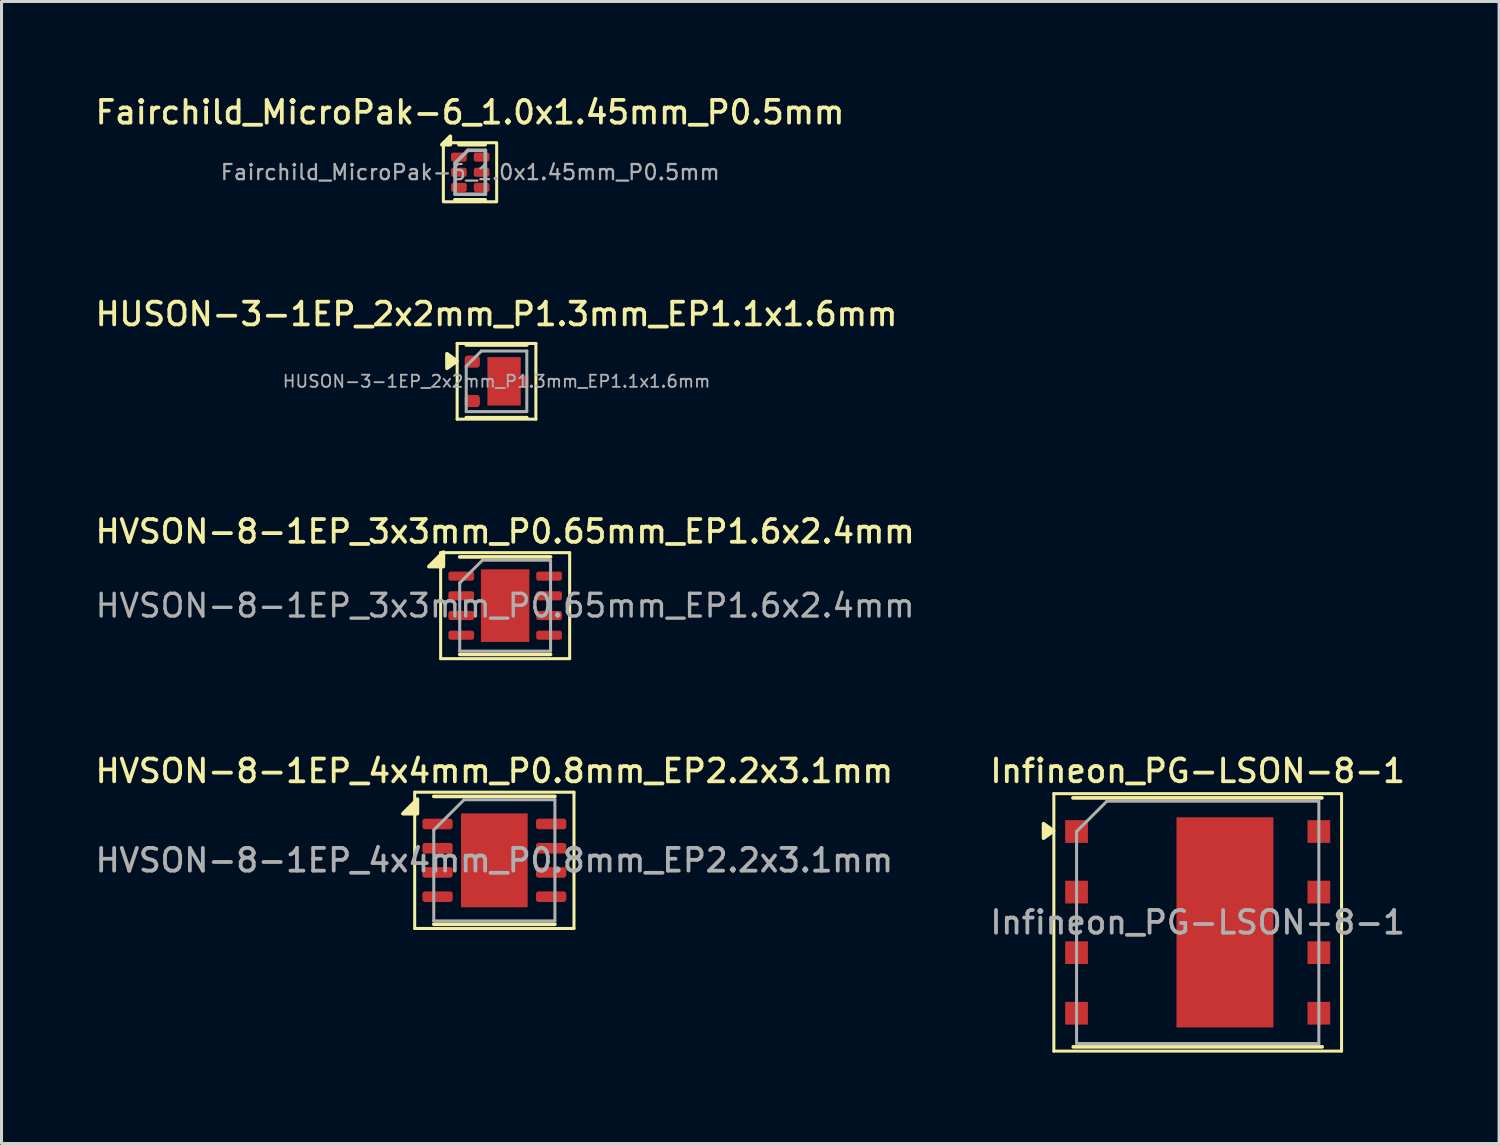
<source format=kicad_pcb>
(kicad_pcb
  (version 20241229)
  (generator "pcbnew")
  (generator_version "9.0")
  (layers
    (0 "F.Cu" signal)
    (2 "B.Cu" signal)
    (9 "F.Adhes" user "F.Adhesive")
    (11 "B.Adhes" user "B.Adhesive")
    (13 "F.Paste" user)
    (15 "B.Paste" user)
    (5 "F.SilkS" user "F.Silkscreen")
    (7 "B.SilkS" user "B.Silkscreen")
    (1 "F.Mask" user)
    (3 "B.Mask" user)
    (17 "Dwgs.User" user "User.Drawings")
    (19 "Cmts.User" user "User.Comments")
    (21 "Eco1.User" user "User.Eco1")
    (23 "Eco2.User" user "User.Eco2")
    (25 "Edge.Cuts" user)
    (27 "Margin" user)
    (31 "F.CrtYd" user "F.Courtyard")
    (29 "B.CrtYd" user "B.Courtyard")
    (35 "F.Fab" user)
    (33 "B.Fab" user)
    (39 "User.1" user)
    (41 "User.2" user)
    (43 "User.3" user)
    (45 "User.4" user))
  (footprint "Infineon_PG-LSON-8-1"
    (layer "F.Cu")
    (at 36.498 27.407)
    (property "Reference" "Infineon_PG-LSON-8-1" (at 0 -5 0) (layer "F.SilkS") (effects (font (size 0.75 0.75) (thickness 0.125))))
    (attr smd)
    (fp_line (start -4.75 -4.25) (end -4.75 4.25) (stroke (width 0.1) (type solid)) (layer "F.SilkS"))
    (fp_line (start -4.75 -4.25) (end 4.75 -4.25) (stroke (width 0.1) (type solid)) (layer "F.SilkS"))
    (fp_line (start -4.75 4.25) (end 4.75 4.25) (stroke (width 0.1) (type solid)) (layer "F.SilkS"))
    (fp_line (start -4.12 -4.11) (end 4.1 -4.11) (stroke (width 0.12) (type solid)) (layer "F.SilkS"))
    (fp_line (start -4.11 4.11) (end 4.11 4.11) (stroke (width 0.12) (type solid)) (layer "F.SilkS"))
    (fp_line (start 4.75 -4.25) (end 4.75 4.25) (stroke (width 0.1) (type solid)) (layer "F.SilkS"))
    (fp_poly (pts (xy -4.76 -3.02) (xy -5.09 -2.78) (xy -5.09 -3.26) (xy -4.76 -3.02)) (stroke (width 0.12) (type solid)) (fill yes) (layer "F.SilkS"))
    (fp_line (start -4 -3) (end -4 4) (stroke (width 0.1) (type solid)) (layer "F.Fab"))
    (fp_line (start -4 4) (end 4 4) (stroke (width 0.1) (type solid)) (layer "F.Fab"))
    (fp_line (start -3 -4) (end -4 -3) (stroke (width 0.1) (type solid)) (layer "F.Fab"))
    (fp_line (start -3 -4) (end 4 -4) (stroke (width 0.1) (type solid)) (layer "F.Fab"))
    (fp_line (start 4 -4) (end 4 4) (stroke (width 0.1) (type solid)) (layer "F.Fab"))
    (fp_text user "${REFERENCE}" (at 0 0 0) (layer "F.Fab") (effects (font (size 0.75 0.75) (thickness 0.125))))
    (pad "" smd rect (at 0.15 -2.55) (size 1.2 1.4) (layers "F.Paste"))
    (pad "" smd rect (at 0.15 -0.85) (size 1.2 1.4) (layers "F.Paste"))
    (pad "" smd rect (at 0.15 0.85) (size 1.2 1.4) (layers "F.Paste"))
    (pad "" smd rect (at 0.15 2.55) (size 1.2 1.4) (layers "F.Paste"))
    (pad "" smd rect (at 1.65 -2.55) (size 1.2 1.4) (layers "F.Paste"))
    (pad "" smd rect (at 1.65 -0.85) (size 1.2 1.4) (layers "F.Paste"))
    (pad "" smd rect (at 1.65 0.85) (size 1.2 1.4) (layers "F.Paste"))
    (pad "" smd rect (at 1.65 2.55) (size 1.2 1.4) (layers "F.Paste"))
    (pad "1" smd rect (at -4 -3) (size 0.75 0.75) (layers "F.Cu" "F.Mask" "F.Paste"))
    (pad "2" smd rect (at -4 -1) (size 0.75 0.75) (layers "F.Cu" "F.Mask" "F.Paste"))
    (pad "3" smd rect (at -4 1) (size 0.75 0.75) (layers "F.Cu" "F.Mask" "F.Paste"))
    (pad "4" smd rect (at -4 3) (size 0.75 0.75) (layers "F.Cu" "F.Mask" "F.Paste"))
    (pad "5" smd rect (at 4 3) (size 0.75 0.75) (layers "F.Cu" "F.Mask" "F.Paste"))
    (pad "6" smd rect (at 4 1) (size 0.75 0.75) (layers "F.Cu" "F.Mask" "F.Paste"))
    (pad "7" smd rect (at 4 -1) (size 0.75 0.75) (layers "F.Cu" "F.Mask" "F.Paste"))
    (pad "8" smd rect (at 4 -3) (size 0.75 0.75) (layers "F.Cu" "F.Mask" "F.Paste"))
    (pad "9" smd rect (at 0.9 0) (size 3.2 6.94) (layers "F.Cu" "F.Mask")))
  (footprint "HVSON-8-1EP_4x4mm_P0.8mm_EP2.2x3.1mm"
    (layer "F.Cu")
    (at 13.273 25.358)
    (property "Reference" "HVSON-8-1EP_4x4mm_P0.8mm_EP2.2x3.1mm" (at 0 -2.95 0) (layer "F.SilkS") (effects (font (size 0.75 0.75) (thickness 0.125))))
    (attr smd)
    (fp_line (start -2.63 -2.25) (end -2.63 2.25) (stroke (width 0.1) (type solid)) (layer "F.SilkS"))
    (fp_line (start -2.63 2.25) (end 2.63 2.25) (stroke (width 0.1) (type solid)) (layer "F.SilkS"))
    (fp_line (start -2 -2.11) (end 2 -2.11) (stroke (width 0.12) (type solid)) (layer "F.SilkS"))
    (fp_line (start -2 2.11) (end 2 2.11) (stroke (width 0.12) (type solid)) (layer "F.SilkS"))
    (fp_line (start 2.63 -2.25) (end -2.63 -2.25) (stroke (width 0.1) (type solid)) (layer "F.SilkS"))
    (fp_line (start 2.63 2.25) (end 2.63 -2.25) (stroke (width 0.1) (type solid)) (layer "F.SilkS"))
    (fp_poly (pts (xy -2.54 -1.54) (xy -3.02 -1.54) (xy -2.54 -2.02) (xy -2.54 -1.54)) (stroke (width 0.12) (type solid)) (fill yes) (layer "F.SilkS"))
    (fp_line (start -2 -1) (end -1 -2) (stroke (width 0.1) (type solid)) (layer "F.Fab"))
    (fp_line (start -2 2) (end -2 -1) (stroke (width 0.1) (type solid)) (layer "F.Fab"))
    (fp_line (start -1 -2) (end 2 -2) (stroke (width 0.1) (type solid)) (layer "F.Fab"))
    (fp_line (start 2 -2) (end 2 2) (stroke (width 0.1) (type solid)) (layer "F.Fab"))
    (fp_line (start 2 2) (end -2 2) (stroke (width 0.1) (type solid)) (layer "F.Fab"))
    (fp_text user "${REFERENCE}" (at 0 0 0) (layer "F.Fab") (effects (font (size 0.75 0.75) (thickness 0.125))))
    (pad "" smd roundrect (at -0.55 -0.775) (size 0.89 1.25) (layers "F.Paste") (roundrect_rratio 0.25))
    (pad "" smd roundrect (at -0.55 0.775) (size 0.89 1.25) (layers "F.Paste") (roundrect_rratio 0.25))
    (pad "" smd roundrect (at 0.55 -0.775) (size 0.89 1.25) (layers "F.Paste") (roundrect_rratio 0.25))
    (pad "" smd roundrect (at 0.55 0.775) (size 0.89 1.25) (layers "F.Paste") (roundrect_rratio 0.25))
    (pad "1" smd roundrect (at -1.875 -1.2) (size 1 0.35) (layers "F.Cu" "F.Mask" "F.Paste") (roundrect_rratio 0.25))
    (pad "2" smd roundrect (at -1.875 -0.4) (size 1 0.35) (layers "F.Cu" "F.Mask" "F.Paste") (roundrect_rratio 0.25))
    (pad "3" smd roundrect (at -1.875 0.4) (size 1 0.35) (layers "F.Cu" "F.Mask" "F.Paste") (roundrect_rratio 0.25))
    (pad "4" smd roundrect (at -1.875 1.2) (size 1 0.35) (layers "F.Cu" "F.Mask" "F.Paste") (roundrect_rratio 0.25))
    (pad "5" smd roundrect (at 1.875 1.2) (size 1 0.35) (layers "F.Cu" "F.Mask" "F.Paste") (roundrect_rratio 0.25))
    (pad "6" smd roundrect (at 1.875 0.4) (size 1 0.35) (layers "F.Cu" "F.Mask" "F.Paste") (roundrect_rratio 0.25))
    (pad "7" smd roundrect (at 1.875 -0.4) (size 1 0.35) (layers "F.Cu" "F.Mask" "F.Paste") (roundrect_rratio 0.25))
    (pad "8" smd roundrect (at 1.875 -1.2) (size 1 0.35) (layers "F.Cu" "F.Mask" "F.Paste") (roundrect_rratio 0.25))
    (pad "9" smd rect (at 0 0) (size 2.2 3.1) (property pad_prop_heatsink) (layers "F.Cu" "F.Mask")))
  (footprint "HUSON-3-1EP_2x2mm_P1.3mm_EP1.1x1.6mm"
    (layer "F.Cu")
    (at 13.345 9.541)
    (property "Reference" "HUSON-3-1EP_2x2mm_P1.3mm_EP1.1x1.6mm" (at 0 -2.22 0) (layer "F.SilkS") (effects (font (size 0.75 0.75) (thickness 0.125))))
    (attr smd)
    (fp_line (start -1.3 -1.25) (end 1.3 -1.25) (stroke (width 0.1) (type solid)) (layer "F.SilkS"))
    (fp_line (start -1.3 1.25) (end -1.3 -1.25) (stroke (width 0.1) (type solid)) (layer "F.SilkS"))
    (fp_line (start 1 -1.2) (end -1 -1.2) (stroke (width 0.12) (type solid)) (layer "F.SilkS"))
    (fp_line (start 1 1.2) (end -1 1.2) (stroke (width 0.12) (type solid)) (layer "F.SilkS"))
    (fp_line (start 1.3 -1.25) (end 1.3 1.25) (stroke (width 0.1) (type solid)) (layer "F.SilkS"))
    (fp_line (start 1.3 1.25) (end -1.3 1.25) (stroke (width 0.1) (type solid)) (layer "F.SilkS"))
    (fp_poly (pts (xy -1.306 -0.67) (xy -1.636 -0.43) (xy -1.636 -0.91) (xy -1.306 -0.67)) (stroke (width 0.12) (type solid)) (fill yes) (layer "F.SilkS"))
    (fp_line (start -1 -0.5) (end -0.5 -1) (stroke (width 0.1) (type solid)) (layer "F.Fab"))
    (fp_line (start -1 1) (end -1 -0.5) (stroke (width 0.1) (type solid)) (layer "F.Fab"))
    (fp_line (start -0.5 -1) (end 1 -1) (stroke (width 0.1) (type solid)) (layer "F.Fab"))
    (fp_line (start 1 -1) (end 1 1) (stroke (width 0.1) (type solid)) (layer "F.Fab"))
    (fp_line (start 1 1) (end -1 1) (stroke (width 0.1) (type solid)) (layer "F.Fab"))
    (fp_text user "${REFERENCE}" (at 0 0 0) (layer "F.Fab") (effects (font (size 0.4 0.4) (thickness 0.06))))
    (pad "" smd roundrect (at 0.25 -0.42 90) (size 0.64 0.97) (layers "F.Paste") (roundrect_rratio 0.25))
    (pad "" smd roundrect (at 0.25 0.38 90) (size 0.64 0.97) (layers "F.Paste") (roundrect_rratio 0.25))
    (pad "1" smd roundrect (at -0.8 -0.65) (size 0.5 0.4) (layers "F.Cu" "F.Mask" "F.Paste") (roundrect_rratio 0.25))
    (pad "2" smd roundrect (at -0.8 0.65) (size 0.5 0.4) (layers "F.Cu" "F.Mask" "F.Paste") (roundrect_rratio 0.25))
    (pad "3" smd rect (at 0.25 0) (size 1.1 1.6) (layers "F.Cu" "F.Mask"))
    (pad "3" smd rect (at 0.925 0) (size 0.25 0.4) (layers "F.Cu" "F.Mask" "F.Paste")))
  (footprint "Fairchild_MicroPak-6_1.0x1.45mm_P0.5mm"
    (layer "F.Cu")
    (at 12.47 2.638)
    (property "Reference" "Fairchild_MicroPak-6_1.0x1.45mm_P0.5mm" (at 0 -1.98 0) (layer "F.SilkS") (effects (font (size 0.75 0.75) (thickness 0.125))))
    (attr smd)
    (fp_line (start 0.5 -0.91) (end -0.367 -0.91) (stroke (width 0.12) (type solid)) (layer "F.SilkS"))
    (fp_line (start 0.5 0.91) (end -0.5 0.91) (stroke (width 0.12) (type solid)) (layer "F.SilkS"))
    (fp_rect (start -0.88 -0.975) (end 0.88 0.975) (stroke (width 0.1) (type default)) (fill no) (layer "F.SilkS"))
    (fp_poly (pts (xy -0.65 -0.91) (xy -0.93 -0.91) (xy -0.65 -1.19) (xy -0.65 -0.91)) (stroke (width 0.12) (type solid)) (fill yes) (layer "F.SilkS"))
    (fp_line (start -0.492 -0.3) (end -0.068 -0.725) (stroke (width 0.12) (type solid)) (layer "F.Fab"))
    (fp_line (start -0.492 0.725) (end -0.492 -0.3) (stroke (width 0.12) (type solid)) (layer "F.Fab"))
    (fp_line (start -0.068 -0.725) (end 0.507 -0.725) (stroke (width 0.12) (type solid)) (layer "F.Fab"))
    (fp_line (start 0.507 -0.725) (end 0.507 0.725) (stroke (width 0.12) (type solid)) (layer "F.Fab"))
    (fp_line (start 0.507 0.725) (end -0.492 0.725) (stroke (width 0.12) (type solid)) (layer "F.Fab"))
    (fp_text user "${REFERENCE}" (at 0.007 0 0) (layer "F.Fab") (effects (font (size 0.5 0.5) (thickness 0.075))))
    (pad "1" smd roundrect (at -0.367 -0.5) (size 0.52 0.3) (layers "F.Cu" "F.Mask" "F.Paste") (roundrect_rratio 0.25))
    (pad "2" smd roundrect (at -0.367 0) (size 0.52 0.3) (layers "F.Cu" "F.Mask" "F.Paste") (roundrect_rratio 0.25))
    (pad "3" smd roundrect (at -0.367 0.5) (size 0.52 0.3) (layers "F.Cu" "F.Mask" "F.Paste") (roundrect_rratio 0.25))
    (pad "4" smd roundrect (at 0.383 0.5) (size 0.52 0.3) (layers "F.Cu" "F.Mask" "F.Paste") (roundrect_rratio 0.25))
    (pad "5" smd roundrect (at 0.383 0) (size 0.52 0.3) (layers "F.Cu" "F.Mask" "F.Paste") (roundrect_rratio 0.25))
    (pad "6" smd roundrect (at 0.383 -0.5) (size 0.52 0.3) (layers "F.Cu" "F.Mask" "F.Paste") (roundrect_rratio 0.25)))
  (footprint "HVSON-8-1EP_3x3mm_P0.65mm_EP1.6x2.4mm"
    (layer "F.Cu")
    (at 13.63 16.949)
    (property "Reference" "HVSON-8-1EP_3x3mm_P0.65mm_EP1.6x2.4mm" (at 0 -2.45 0) (layer "F.SilkS") (effects (font (size 0.75 0.75) (thickness 0.125))))
    (attr smd)
    (fp_line (start -2.13 -1.75) (end -2.13 1.75) (stroke (width 0.1) (type solid)) (layer "F.SilkS"))
    (fp_line (start -2.13 1.75) (end 2.13 1.75) (stroke (width 0.1) (type solid)) (layer "F.SilkS"))
    (fp_line (start -1.5 -1.61) (end 1.5 -1.61) (stroke (width 0.12) (type solid)) (layer "F.SilkS"))
    (fp_line (start -1.5 1.61) (end 1.5 1.61) (stroke (width 0.12) (type solid)) (layer "F.SilkS"))
    (fp_line (start 2.13 -1.75) (end -2.13 -1.75) (stroke (width 0.1) (type solid)) (layer "F.SilkS"))
    (fp_line (start 2.13 1.75) (end 2.13 -1.75) (stroke (width 0.1) (type solid)) (layer "F.SilkS"))
    (fp_poly (pts (xy -2.04 -1.29) (xy -2.52 -1.29) (xy -2.04 -1.77) (xy -2.04 -1.29)) (stroke (width 0.12) (type solid)) (fill yes) (layer "F.SilkS"))
    (fp_line (start -1.5 -0.75) (end -0.75 -1.5) (stroke (width 0.1) (type solid)) (layer "F.Fab"))
    (fp_line (start -1.5 1.5) (end -1.5 -0.75) (stroke (width 0.1) (type solid)) (layer "F.Fab"))
    (fp_line (start -0.75 -1.5) (end 1.5 -1.5) (stroke (width 0.1) (type solid)) (layer "F.Fab"))
    (fp_line (start 1.5 -1.5) (end 1.5 1.5) (stroke (width 0.1) (type solid)) (layer "F.Fab"))
    (fp_line (start 1.5 1.5) (end -1.5 1.5) (stroke (width 0.1) (type solid)) (layer "F.Fab"))
    (fp_text user "${REFERENCE}" (at 0 0 0) (layer "F.Fab") (effects (font (size 0.75 0.75) (thickness 0.11))))
    (pad "" smd roundrect (at -0.4 -0.6) (size 0.64 0.97) (layers "F.Paste") (roundrect_rratio 0.25))
    (pad "" smd roundrect (at -0.4 0.6) (size 0.64 0.97) (layers "F.Paste") (roundrect_rratio 0.25))
    (pad "" smd roundrect (at 0.4 -0.6) (size 0.64 0.97) (layers "F.Paste") (roundrect_rratio 0.25))
    (pad "" smd roundrect (at 0.4 0.6) (size 0.64 0.97) (layers "F.Paste") (roundrect_rratio 0.25))
    (pad "1" smd roundrect (at -1.45 -0.975) (size 0.85 0.3) (layers "F.Cu" "F.Mask" "F.Paste") (roundrect_rratio 0.25))
    (pad "2" smd roundrect (at -1.45 -0.325) (size 0.85 0.3) (layers "F.Cu" "F.Mask" "F.Paste") (roundrect_rratio 0.25))
    (pad "3" smd roundrect (at -1.45 0.325) (size 0.85 0.3) (layers "F.Cu" "F.Mask" "F.Paste") (roundrect_rratio 0.25))
    (pad "4" smd roundrect (at -1.45 0.975) (size 0.85 0.3) (layers "F.Cu" "F.Mask" "F.Paste") (roundrect_rratio 0.25))
    (pad "5" smd roundrect (at 1.45 0.975) (size 0.85 0.3) (layers "F.Cu" "F.Mask" "F.Paste") (roundrect_rratio 0.25))
    (pad "6" smd roundrect (at 1.45 0.325) (size 0.85 0.3) (layers "F.Cu" "F.Mask" "F.Paste") (roundrect_rratio 0.25))
    (pad "7" smd roundrect (at 1.45 -0.325) (size 0.85 0.3) (layers "F.Cu" "F.Mask" "F.Paste") (roundrect_rratio 0.25))
    (pad "8" smd roundrect (at 1.45 -0.975) (size 0.85 0.3) (layers "F.Cu" "F.Mask" "F.Paste") (roundrect_rratio 0.25))
    (pad "9" smd rect (at 0 0) (size 1.6 2.4) (property pad_prop_heatsink) (layers "F.Cu" "F.Mask")))
  (gr_rect
    (start -3 -3)
    (end 46.45 34.708)
    (stroke (width 0.1) (type default))
    (fill no)
    (layer "Edge.Cuts")))
</source>
